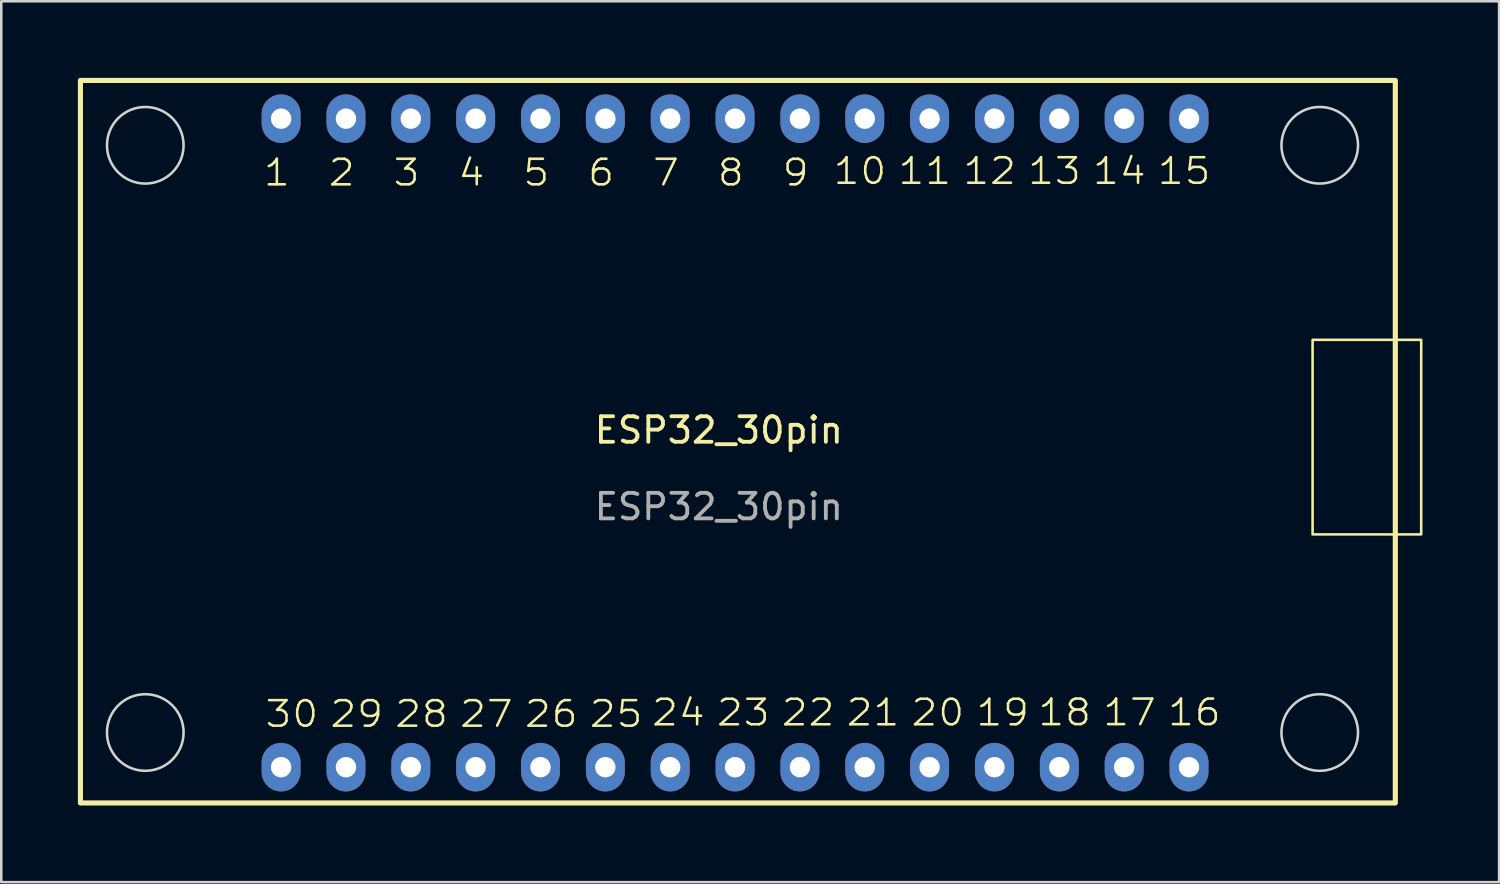
<source format=kicad_pcb>
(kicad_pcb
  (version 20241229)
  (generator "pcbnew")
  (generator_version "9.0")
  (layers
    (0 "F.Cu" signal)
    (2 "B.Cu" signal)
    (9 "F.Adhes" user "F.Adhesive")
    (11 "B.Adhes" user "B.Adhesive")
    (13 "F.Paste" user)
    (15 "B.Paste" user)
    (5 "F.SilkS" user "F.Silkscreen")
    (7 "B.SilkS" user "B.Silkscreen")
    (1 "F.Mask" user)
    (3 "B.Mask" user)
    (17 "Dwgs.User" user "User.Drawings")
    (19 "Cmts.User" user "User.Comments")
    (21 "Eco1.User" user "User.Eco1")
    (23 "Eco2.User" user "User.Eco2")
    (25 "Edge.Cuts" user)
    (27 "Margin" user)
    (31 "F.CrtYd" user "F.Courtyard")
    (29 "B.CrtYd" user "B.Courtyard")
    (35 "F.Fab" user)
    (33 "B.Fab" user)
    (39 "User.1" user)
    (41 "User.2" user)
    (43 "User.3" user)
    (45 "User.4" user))
  (footprint "ESP32_30pin"
    (layer "F.Cu")
    (at 25.5 14.07)
    (property "Reference" "ESP32_30pin" (at -0.395 -0.272 0) (unlocked yes) (layer "F.SilkS") (effects (font (size 1 1) (thickness 0.15))))
    (fp_rect (start -25.4 -13.97) (end 26.1 14.33) (stroke (width 0.2) (type default)) (fill no) (layer "F.SilkS"))
    (fp_rect (start 22.86 -3.81) (end 27.114 3.81) (stroke (width 0.1) (type default)) (fill no) (layer "F.SilkS"))
    (fp_circle (center -22.86 -11.43) (end -21.36 -11.43) (stroke (width 0.1) (type default)) (fill no) (layer "Edge.Cuts"))
    (fp_circle (center -22.86 11.57) (end -21.36 11.57) (stroke (width 0.1) (type default)) (fill no) (layer "Edge.Cuts"))
    (fp_circle (center 23.14 -11.43) (end 24.64 -11.43) (stroke (width 0.1) (type default)) (fill no) (layer "Edge.Cuts"))
    (fp_circle (center 23.14 11.57) (end 24.64 11.57) (stroke (width 0.1) (type default)) (fill no) (layer "Edge.Cuts"))
    (fp_text user "24" (at -3.093 11.374 0) (unlocked yes) (layer "F.SilkS") (effects (font (size 1 1.1) (thickness 0.1)) (justify left bottom)))
    (fp_text user "29" (at -15.693 11.429 0) (unlocked yes) (layer "F.SilkS") (effects (font (size 1 1.1) (thickness 0.1)) (justify left bottom)))
    (fp_text user "23" (at -0.553 11.374 0) (unlocked yes) (layer "F.SilkS") (effects (font (size 1 1.1) (thickness 0.1)) (justify left bottom)))
    (fp_text user "12" (at 9.096 -9.835 0) (unlocked yes) (layer "F.SilkS") (effects (font (size 1 1.1) (thickness 0.1)) (justify left bottom)))
    (fp_text user "17" (at 14.575 11.368 0) (unlocked yes) (layer "F.SilkS") (effects (font (size 1 1.1) (thickness 0.1)) (justify left bottom)))
    (fp_text user "26" (at -8.073 11.429 0) (unlocked yes) (layer "F.SilkS") (effects (font (size 1 1.1) (thickness 0.1)) (justify left bottom)))
    (fp_text user "15" (at 16.716 -9.835 0) (unlocked yes) (layer "F.SilkS") (effects (font (size 1 1.1) (thickness 0.1)) (justify left bottom)))
    (fp_text user "4" (at -10.676 -9.774 0) (unlocked yes) (layer "F.SilkS") (effects (font (size 1 1.1) (thickness 0.1)) (justify left bottom)))
    (fp_text user "1" (at -18.296 -9.774 0) (unlocked yes) (layer "F.SilkS") (effects (font (size 1 1.1) (thickness 0.1)) (justify left bottom)))
    (fp_text user "28" (at -13.153 11.429 0) (unlocked yes) (layer "F.SilkS") (effects (font (size 1 1.1) (thickness 0.1)) (justify left bottom)))
    (fp_text user "10" (at 4.016 -9.835 0) (unlocked yes) (layer "F.SilkS") (effects (font (size 1 1.1) (thickness 0.1)) (justify left bottom)))
    (fp_text user "3" (at -13.216 -9.774 0) (unlocked yes) (layer "F.SilkS") (effects (font (size 1 1.1) (thickness 0.1)) (justify left bottom)))
    (fp_text user "27" (at -10.613 11.429 0) (unlocked yes) (layer "F.SilkS") (effects (font (size 1 1.1) (thickness 0.1)) (justify left bottom)))
    (fp_text user "6" (at -5.596 -9.774 0) (unlocked yes) (layer "F.SilkS") (effects (font (size 1 1.1) (thickness 0.1)) (justify left bottom)))
    (fp_text user "25" (at -5.533 11.429 0) (unlocked yes) (layer "F.SilkS") (effects (font (size 1 1.1) (thickness 0.1)) (justify left bottom)))
    (fp_text user "8" (at -0.516 -9.774 0) (unlocked yes) (layer "F.SilkS") (effects (font (size 1 1.1) (thickness 0.1)) (justify left bottom)))
    (fp_text user "7" (at -3.056 -9.774 0) (unlocked yes) (layer "F.SilkS") (effects (font (size 1 1.1) (thickness 0.1)) (justify left bottom)))
    (fp_text user "9" (at 2.024 -9.774 0) (unlocked yes) (layer "F.SilkS") (effects (font (size 1 1.1) (thickness 0.1)) (justify left bottom)))
    (fp_text user "20" (at 7.067 11.374 0) (unlocked yes) (layer "F.SilkS") (effects (font (size 1 1.1) (thickness 0.1)) (justify left bottom)))
    (fp_text user "30" (at -18.233 11.429 0) (unlocked yes) (layer "F.SilkS") (effects (font (size 1 1.1) (thickness 0.1)) (justify left bottom)))
    (fp_text user "22" (at 1.987 11.374 0) (unlocked yes) (layer "F.SilkS") (effects (font (size 1 1.1) (thickness 0.1)) (justify left bottom)))
    (fp_text user "19" (at 9.607 11.374 0) (unlocked yes) (layer "F.SilkS") (effects (font (size 1 1.1) (thickness 0.1)) (justify left bottom)))
    (fp_text user "2" (at -15.756 -9.774 0) (unlocked yes) (layer "F.SilkS") (effects (font (size 1 1.1) (thickness 0.1)) (justify left bottom)))
    (fp_text user "14" (at 14.176 -9.835 0) (unlocked yes) (layer "F.SilkS") (effects (font (size 1 1.1) (thickness 0.1)) (justify left bottom)))
    (fp_text user "21" (at 4.527 11.374 0) (unlocked yes) (layer "F.SilkS") (effects (font (size 1 1.1) (thickness 0.1)) (justify left bottom)))
    (fp_text user "13" (at 11.636 -9.835 0) (unlocked yes) (layer "F.SilkS") (effects (font (size 1 1.1) (thickness 0.1)) (justify left bottom)))
    (fp_text user "16" (at 17.115 11.368 0) (unlocked yes) (layer "F.SilkS") (effects (font (size 1 1.1) (thickness 0.1)) (justify left bottom)))
    (fp_text user "18" (at 12.035 11.368 0) (unlocked yes) (layer "F.SilkS") (effects (font (size 1 1.1) (thickness 0.1)) (justify left bottom)))
    (fp_text user "11" (at 6.556 -9.835 0) (unlocked yes) (layer "F.SilkS") (effects (font (size 1 1.1) (thickness 0.1)) (justify left bottom)))
    (fp_text user "5" (at -8.136 -9.774 0) (unlocked yes) (layer "F.SilkS") (effects (font (size 1 1.1) (thickness 0.1)) (justify left bottom)))
    (fp_text user "${REFERENCE}" (at -0.395 2.728 0) (unlocked yes) (layer "F.Fab") (effects (font (size 1 1) (thickness 0.15))))
    (pad "1" thru_hole oval (at -17.54 -12.472) (size 1.524 1.9) (drill 0.8) (layers "*.Cu" "*.Mask"))
    (pad "1" thru_hole oval (at -17.54 12.928) (size 1.524 1.9) (drill 0.8) (layers "*.Cu" "*.Mask"))
    (pad "2" thru_hole oval (at -15 -12.472) (size 1.524 1.9) (drill 0.8) (layers "*.Cu" "*.Mask"))
    (pad "2" thru_hole oval (at -15 12.928) (size 1.524 1.9) (drill 0.8) (layers "*.Cu" "*.Mask"))
    (pad "3" thru_hole oval (at -12.46 -12.472) (size 1.524 1.9) (drill 0.8) (layers "*.Cu" "*.Mask"))
    (pad "3" thru_hole oval (at -12.46 12.928) (size 1.524 1.9) (drill 0.8) (layers "*.Cu" "*.Mask"))
    (pad "4" thru_hole oval (at -9.92 -12.472) (size 1.524 1.9) (drill 0.8) (layers "*.Cu" "*.Mask"))
    (pad "4" thru_hole oval (at -9.92 12.928) (size 1.524 1.9) (drill 0.8) (layers "*.Cu" "*.Mask"))
    (pad "5" thru_hole oval (at -7.38 -12.472) (size 1.524 1.9) (drill 0.8) (layers "*.Cu" "*.Mask"))
    (pad "5" thru_hole oval (at -7.38 12.928) (size 1.524 1.9) (drill 0.8) (layers "*.Cu" "*.Mask"))
    (pad "6" thru_hole oval (at -4.84 -12.472) (size 1.524 1.9) (drill 0.8) (layers "*.Cu" "*.Mask"))
    (pad "6" thru_hole oval (at -4.84 12.928) (size 1.524 1.9) (drill 0.8) (layers "*.Cu" "*.Mask"))
    (pad "7" thru_hole oval (at -2.3 -12.472) (size 1.524 1.9) (drill 0.8) (layers "*.Cu" "*.Mask"))
    (pad "7" thru_hole oval (at -2.3 12.928) (size 1.524 1.9) (drill 0.8) (layers "*.Cu" "*.Mask"))
    (pad "8" thru_hole oval (at 0.24 -12.472) (size 1.524 1.9) (drill 0.8) (layers "*.Cu" "*.Mask"))
    (pad "8" thru_hole oval (at 0.24 12.928) (size 1.524 1.9) (drill 0.8) (layers "*.Cu" "*.Mask"))
    (pad "9" thru_hole oval (at 2.78 -12.472) (size 1.524 1.9) (drill 0.8) (layers "*.Cu" "*.Mask"))
    (pad "9" thru_hole oval (at 2.78 12.928) (size 1.524 1.9) (drill 0.8) (layers "*.Cu" "*.Mask"))
    (pad "10" thru_hole oval (at 5.32 -12.472) (size 1.524 1.9) (drill 0.8) (layers "*.Cu" "*.Mask"))
    (pad "10" thru_hole oval (at 5.32 12.928) (size 1.524 1.9) (drill 0.8) (layers "*.Cu" "*.Mask"))
    (pad "11" thru_hole oval (at 7.86 -12.472) (size 1.524 1.9) (drill 0.8) (layers "*.Cu" "*.Mask"))
    (pad "11" thru_hole oval (at 7.86 12.928) (size 1.524 1.9) (drill 0.8) (layers "*.Cu" "*.Mask"))
    (pad "12" thru_hole oval (at 10.4 -12.472) (size 1.524 1.9) (drill 0.8) (layers "*.Cu" "*.Mask"))
    (pad "12" thru_hole oval (at 10.4 12.928) (size 1.524 1.9) (drill 0.8) (layers "*.Cu" "*.Mask"))
    (pad "13" thru_hole oval (at 12.94 -12.472) (size 1.524 1.9) (drill 0.8) (layers "*.Cu" "*.Mask"))
    (pad "13" thru_hole oval (at 12.94 12.928) (size 1.524 1.9) (drill 0.8) (layers "*.Cu" "*.Mask"))
    (pad "14" thru_hole oval (at 15.48 -12.472) (size 1.524 1.9) (drill 0.8) (layers "*.Cu" "*.Mask"))
    (pad "14" thru_hole oval (at 15.48 12.928) (size 1.524 1.9) (drill 0.8) (layers "*.Cu" "*.Mask"))
    (pad "15" thru_hole oval (at 18.02 -12.472) (size 1.524 1.9) (drill 0.8) (layers "*.Cu" "*.Mask"))
    (pad "15" thru_hole oval (at 18.02 12.928) (size 1.524 1.9) (drill 0.8) (layers "*.Cu" "*.Mask")))
  (gr_rect
    (start -3 -3)
    (end 55.664 31.5)
    (stroke (width 0.1) (type default))
    (fill no)
    (layer "Edge.Cuts")))
</source>
